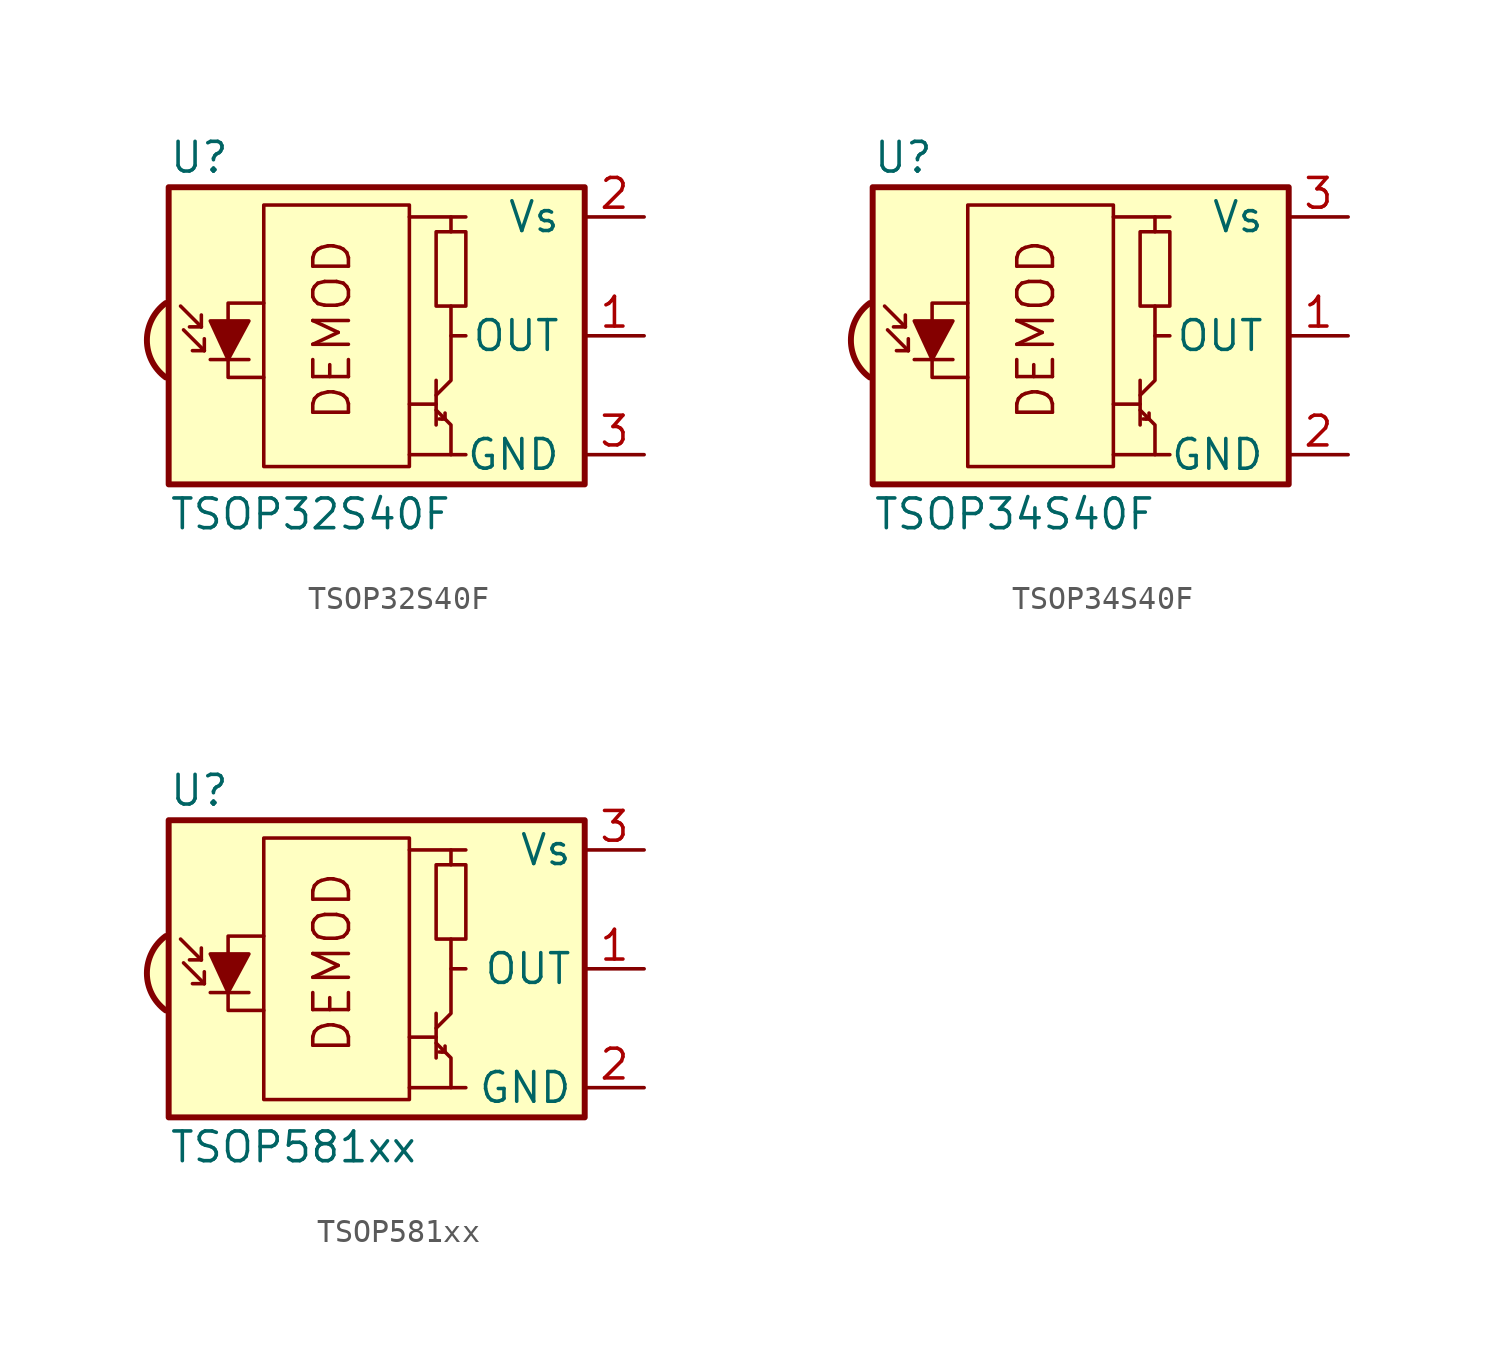
<source format=kicad_sym>
(kicad_symbol_lib
  (version 20241209)
  (generator "kicad_symbol_editor")
  (generator_version "9.0")
  (symbol "TSOP32S40F"
    (pin_names
      (offset 1.016))
    (property "Reference" "U"
      (at -10.16 7.62 0)
      (effects (font (size 1.27 1.27)) (justify left)))
    (property "Value" "TSOP32S40F"
      (at -10.16 -7.62 0)
      (effects (font (size 1.27 1.27)) (justify left)))
    (symbol "TSOP32S40F_0_0"
      (arc (start -10.287 -1.778) (mid -11.0899 -0.1905) (end -10.287 1.397) (stroke (width 0.254) (type default)) (fill (type background)))
      (polyline (pts (xy 1.905 5.08) (xy 0.127 5.08)) (stroke (width 0) (type default)) (fill (type none)))
      (polyline (pts (xy 1.905 -5.08) (xy 0.127 -5.08)) (stroke (width 0) (type default)) (fill (type none)))
      (text "DEMOD" (at -3.175 0.254 900) (effects (font (size 1.524 1.524)))))
    (symbol "TSOP32S40F_0_1"
      (polyline (pts (xy -8.763 0.381) (xy -9.652 1.27)) (stroke (width 0) (type default)) (fill (type none)))
      (polyline (pts (xy -8.763 0.381) (xy -9.271 0.381)) (stroke (width 0) (type default)) (fill (type none)))
      (polyline (pts (xy -8.763 0.381) (xy -8.763 0.889)) (stroke (width 0) (type default)) (fill (type none)))
      (polyline (pts (xy -8.636 -0.635) (xy -9.525 0.254)) (stroke (width 0) (type default)) (fill (type none)))
      (polyline (pts (xy -8.636 -0.635) (xy -9.144 -0.635)) (stroke (width 0) (type default)) (fill (type none)))
      (polyline (pts (xy -8.636 -0.635) (xy -8.636 -0.127)) (stroke (width 0) (type default)) (fill (type none)))
      (polyline (pts (xy -8.382 0.635) (xy -6.731 0.635) (xy -7.62 -1.016) (xy -8.382 0.635)) (stroke (width 0) (type default)) (fill (type outline)))
      (polyline (pts (xy -8.382 -1.016) (xy -6.731 -1.016)) (stroke (width 0) (type default)) (fill (type none)))
      (rectangle (start -6.096 5.588) (end 0.127 -5.588) (stroke (width 0) (type default)) (fill (type none)))
      (polyline (pts (xy -6.096 1.397) (xy -7.62 1.397) (xy -7.62 -1.778) (xy -6.096 -1.778)) (stroke (width 0) (type default)) (fill (type none)))
      (polyline (pts (xy 1.27 -1.905) (xy 1.27 -3.81)) (stroke (width 0) (type default)) (fill (type none)))
      (polyline (pts (xy 1.27 -2.54) (xy 1.905 -1.905) (xy 1.905 0) (xy 2.54 0)) (stroke (width 0) (type default)) (fill (type none)))
      (polyline (pts (xy 1.27 -2.921) (xy 0.127 -2.921)) (stroke (width 0) (type default)) (fill (type none)))
      (polyline (pts (xy 1.27 -3.175) (xy 1.905 -3.81) (xy 1.905 -5.08) (xy 2.54 -5.08)) (stroke (width 0) (type default)) (fill (type none)))
      (polyline (pts (xy 1.397 -3.556) (xy 1.524 -3.556)) (stroke (width 0) (type default)) (fill (type none)))
      (polyline (pts (xy 1.651 -3.556) (xy 1.524 -3.556)) (stroke (width 0) (type default)) (fill (type none)))
      (polyline (pts (xy 1.651 -3.556) (xy 1.651 -3.302)) (stroke (width 0) (type default)) (fill (type none)))
      (polyline (pts (xy 1.905 4.445) (xy 1.905 5.08) (xy 2.54 5.08)) (stroke (width 0) (type default)) (fill (type none)))
      (polyline (pts (xy 1.905 0) (xy 1.905 1.27)) (stroke (width 0) (type default)) (fill (type none)))
      (rectangle (start 2.54 1.27) (end 1.27 4.445) (stroke (width 0) (type default)) (fill (type none)))
      (rectangle (start 7.62 6.35) (end -10.16 -6.35) (stroke (width 0.254) (type default)) (fill (type background))))
    (symbol "TSOP32S40F_1_1"
      (pin power_in line (at 10.16 5.08 180) (length 2.54) (name "Vs" (effects (font (size 1.27 1.27)))) (number "2" (effects (font (size 1.27 1.27)))))
      (pin output line (at 10.16 0 180) (length 2.54) (name "OUT" (effects (font (size 1.27 1.27)))) (number "1" (effects (font (size 1.27 1.27)))))
      (pin power_in line (at 10.16 -5.08 180) (length 2.54) (name "GND" (effects (font (size 1.27 1.27)))) (number "3" (effects (font (size 1.27 1.27)))))))
  (symbol "TSOP34S40F"
    (pin_names
      (offset 1.016))
    (property "Reference" "U"
      (at -10.16 7.62 0)
      (effects (font (size 1.27 1.27)) (justify left)))
    (property "Value" "TSOP34S40F"
      (at -10.16 -7.62 0)
      (effects (font (size 1.27 1.27)) (justify left)))
    (symbol "TSOP34S40F_0_0"
      (arc (start -10.287 -1.778) (mid -11.0899 -0.1905) (end -10.287 1.397) (stroke (width 0.254) (type default)) (fill (type background)))
      (polyline (pts (xy 1.905 5.08) (xy 0.127 5.08)) (stroke (width 0) (type default)) (fill (type none)))
      (polyline (pts (xy 1.905 -5.08) (xy 0.127 -5.08)) (stroke (width 0) (type default)) (fill (type none)))
      (text "DEMOD" (at -3.175 0.254 900) (effects (font (size 1.524 1.524)))))
    (symbol "TSOP34S40F_0_1"
      (polyline (pts (xy -8.763 0.381) (xy -9.652 1.27)) (stroke (width 0) (type default)) (fill (type none)))
      (polyline (pts (xy -8.763 0.381) (xy -9.271 0.381)) (stroke (width 0) (type default)) (fill (type none)))
      (polyline (pts (xy -8.763 0.381) (xy -8.763 0.889)) (stroke (width 0) (type default)) (fill (type none)))
      (polyline (pts (xy -8.636 -0.635) (xy -9.525 0.254)) (stroke (width 0) (type default)) (fill (type none)))
      (polyline (pts (xy -8.636 -0.635) (xy -9.144 -0.635)) (stroke (width 0) (type default)) (fill (type none)))
      (polyline (pts (xy -8.636 -0.635) (xy -8.636 -0.127)) (stroke (width 0) (type default)) (fill (type none)))
      (polyline (pts (xy -8.382 0.635) (xy -6.731 0.635) (xy -7.62 -1.016) (xy -8.382 0.635)) (stroke (width 0) (type default)) (fill (type outline)))
      (polyline (pts (xy -8.382 -1.016) (xy -6.731 -1.016)) (stroke (width 0) (type default)) (fill (type none)))
      (rectangle (start -6.096 5.588) (end 0.127 -5.588) (stroke (width 0) (type default)) (fill (type none)))
      (polyline (pts (xy -6.096 1.397) (xy -7.62 1.397) (xy -7.62 -1.778) (xy -6.096 -1.778)) (stroke (width 0) (type default)) (fill (type none)))
      (polyline (pts (xy 1.27 -1.905) (xy 1.27 -3.81)) (stroke (width 0) (type default)) (fill (type none)))
      (polyline (pts (xy 1.27 -2.54) (xy 1.905 -1.905) (xy 1.905 0) (xy 2.54 0)) (stroke (width 0) (type default)) (fill (type none)))
      (polyline (pts (xy 1.27 -2.921) (xy 0.127 -2.921)) (stroke (width 0) (type default)) (fill (type none)))
      (polyline (pts (xy 1.27 -3.175) (xy 1.905 -3.81) (xy 1.905 -5.08) (xy 2.54 -5.08)) (stroke (width 0) (type default)) (fill (type none)))
      (polyline (pts (xy 1.397 -3.556) (xy 1.524 -3.556)) (stroke (width 0) (type default)) (fill (type none)))
      (polyline (pts (xy 1.651 -3.556) (xy 1.524 -3.556)) (stroke (width 0) (type default)) (fill (type none)))
      (polyline (pts (xy 1.651 -3.556) (xy 1.651 -3.302)) (stroke (width 0) (type default)) (fill (type none)))
      (polyline (pts (xy 1.905 4.445) (xy 1.905 5.08) (xy 2.54 5.08)) (stroke (width 0) (type default)) (fill (type none)))
      (polyline (pts (xy 1.905 0) (xy 1.905 1.27)) (stroke (width 0) (type default)) (fill (type none)))
      (rectangle (start 2.54 1.27) (end 1.27 4.445) (stroke (width 0) (type default)) (fill (type none)))
      (rectangle (start 7.62 6.35) (end -10.16 -6.35) (stroke (width 0.254) (type default)) (fill (type background))))
    (symbol "TSOP34S40F_1_1"
      (pin power_in line (at 10.16 5.08 180) (length 2.54) (name "Vs" (effects (font (size 1.27 1.27)))) (number "3" (effects (font (size 1.27 1.27)))))
      (pin output line (at 10.16 0 180) (length 2.54) (name "OUT" (effects (font (size 1.27 1.27)))) (number "1" (effects (font (size 1.27 1.27)))))
      (pin power_in line (at 10.16 -5.08 180) (length 2.54) (name "GND" (effects (font (size 1.27 1.27)))) (number "2" (effects (font (size 1.27 1.27)))))))
  (symbol "TSOP581xx"
    (property "Reference" "U"
      (at -10.16 7.62 0)
      (effects (font (size 1.27 1.27)) (justify left)))
    (property "Value" "TSOP581xx"
      (at -10.16 -7.62 0)
      (effects (font (size 1.27 1.27)) (justify left)))
    (symbol "TSOP581xx_0_0"
      (arc (start -10.287 -1.778) (mid -11.0899 -0.1905) (end -10.287 1.397) (stroke (width 0.254) (type default)) (fill (type background)))
      (polyline (pts (xy 1.905 5.08) (xy 0.127 5.08)) (stroke (width 0) (type default)) (fill (type none)))
      (polyline (pts (xy 1.905 -5.08) (xy 0.127 -5.08)) (stroke (width 0) (type default)) (fill (type none)))
      (text "DEMOD" (at -3.175 0.254 900) (effects (font (size 1.524 1.524)))))
    (symbol "TSOP581xx_0_1"
      (polyline (pts (xy -8.763 0.381) (xy -9.652 1.27)) (stroke (width 0) (type default)) (fill (type none)))
      (polyline (pts (xy -8.763 0.381) (xy -9.271 0.381)) (stroke (width 0) (type default)) (fill (type none)))
      (polyline (pts (xy -8.763 0.381) (xy -8.763 0.889)) (stroke (width 0) (type default)) (fill (type none)))
      (polyline (pts (xy -8.636 -0.635) (xy -9.525 0.254)) (stroke (width 0) (type default)) (fill (type none)))
      (polyline (pts (xy -8.636 -0.635) (xy -9.144 -0.635)) (stroke (width 0) (type default)) (fill (type none)))
      (polyline (pts (xy -8.636 -0.635) (xy -8.636 -0.127)) (stroke (width 0) (type default)) (fill (type none)))
      (polyline (pts (xy -8.382 0.635) (xy -6.731 0.635) (xy -7.62 -1.016) (xy -8.382 0.635)) (stroke (width 0) (type default)) (fill (type outline)))
      (polyline (pts (xy -8.382 -1.016) (xy -6.731 -1.016)) (stroke (width 0) (type default)) (fill (type none)))
      (rectangle (start -6.096 5.588) (end 0.127 -5.588) (stroke (width 0) (type default)) (fill (type none)))
      (polyline (pts (xy -6.096 1.397) (xy -7.62 1.397) (xy -7.62 -1.778) (xy -6.096 -1.778)) (stroke (width 0) (type default)) (fill (type none)))
      (polyline (pts (xy 1.27 -1.905) (xy 1.27 -3.81)) (stroke (width 0) (type default)) (fill (type none)))
      (polyline (pts (xy 1.27 -2.54) (xy 1.905 -1.905) (xy 1.905 0) (xy 2.54 0)) (stroke (width 0) (type default)) (fill (type none)))
      (polyline (pts (xy 1.27 -2.921) (xy 0.127 -2.921)) (stroke (width 0) (type default)) (fill (type none)))
      (polyline (pts (xy 1.27 -3.175) (xy 1.905 -3.81) (xy 1.905 -5.08) (xy 2.54 -5.08)) (stroke (width 0) (type default)) (fill (type none)))
      (polyline (pts (xy 1.397 -3.556) (xy 1.524 -3.556)) (stroke (width 0) (type default)) (fill (type none)))
      (polyline (pts (xy 1.651 -3.556) (xy 1.524 -3.556)) (stroke (width 0) (type default)) (fill (type none)))
      (polyline (pts (xy 1.651 -3.556) (xy 1.651 -3.302)) (stroke (width 0) (type default)) (fill (type none)))
      (polyline (pts (xy 1.905 4.445) (xy 1.905 5.08) (xy 2.54 5.08)) (stroke (width 0) (type default)) (fill (type none)))
      (polyline (pts (xy 1.905 0) (xy 1.905 1.27)) (stroke (width 0) (type default)) (fill (type none)))
      (rectangle (start 2.54 1.27) (end 1.27 4.445) (stroke (width 0) (type default)) (fill (type none)))
      (rectangle (start 7.62 6.35) (end -10.16 -6.35) (stroke (width 0.254) (type default)) (fill (type background))))
    (symbol "TSOP581xx_1_1"
      (pin power_in line (at 10.16 5.08 180) (length 2.54) (name "Vs" (effects (font (size 1.27 1.27)))) (number "3" (effects (font (size 1.27 1.27)))))
      (pin output line (at 10.16 0 180) (length 2.54) (name "OUT" (effects (font (size 1.27 1.27)))) (number "1" (effects (font (size 1.27 1.27)))))
      (pin power_in line (at 10.16 -5.08 180) (length 2.54) (name "GND" (effects (font (size 1.27 1.27)))) (number "2" (effects (font (size 1.27 1.27))))))))
</source>
